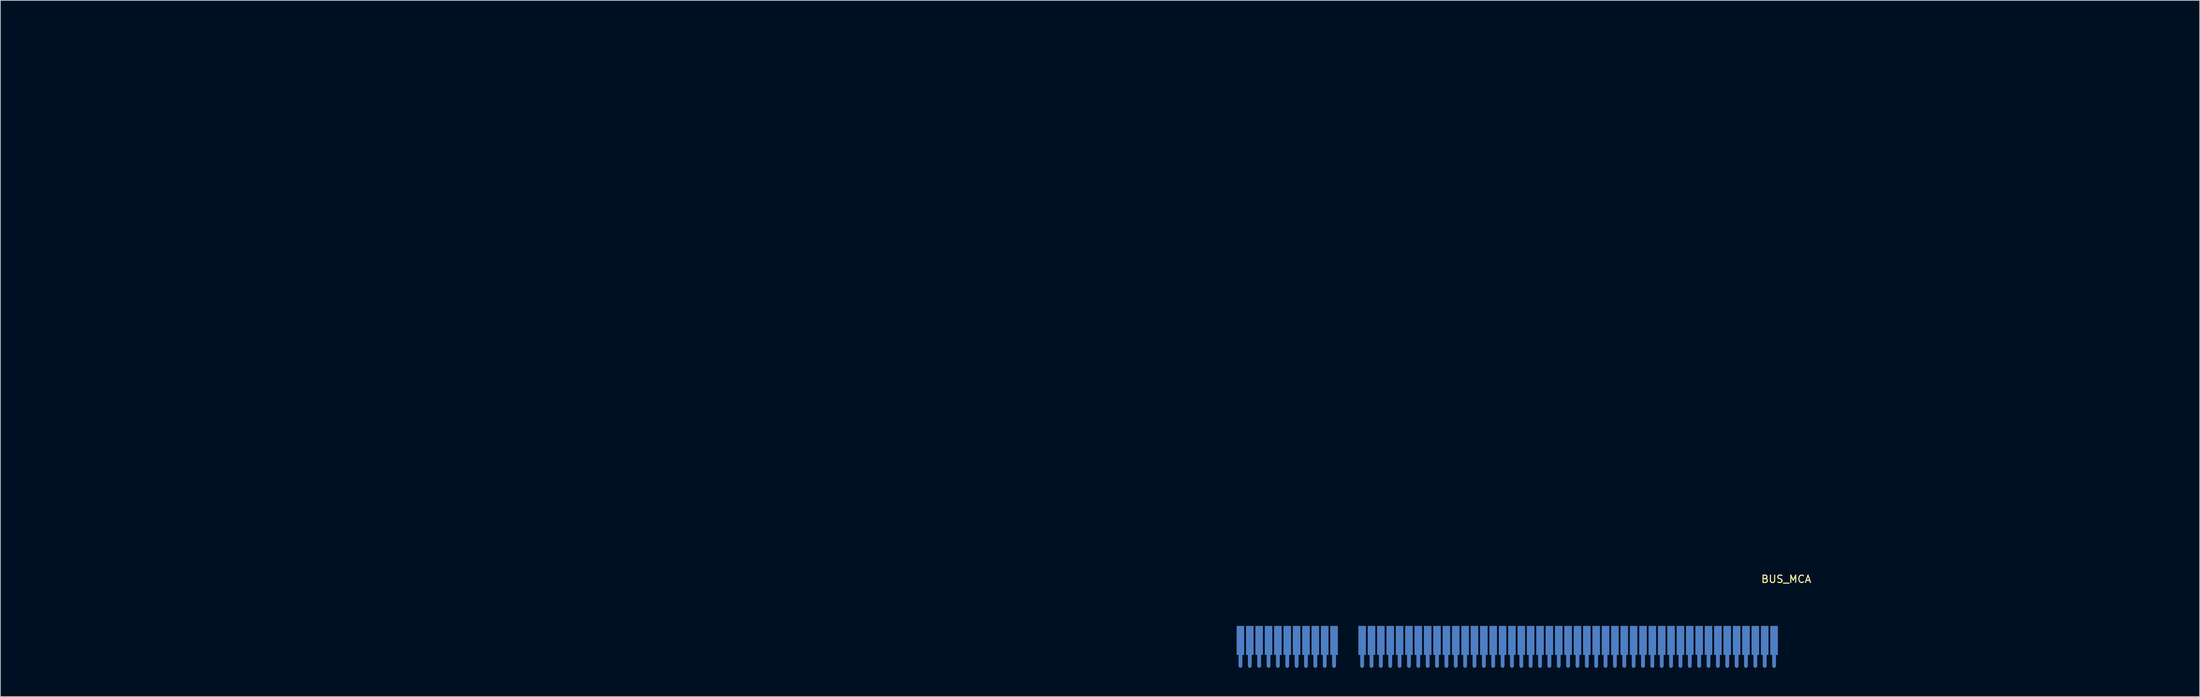
<source format=kicad_pcb>
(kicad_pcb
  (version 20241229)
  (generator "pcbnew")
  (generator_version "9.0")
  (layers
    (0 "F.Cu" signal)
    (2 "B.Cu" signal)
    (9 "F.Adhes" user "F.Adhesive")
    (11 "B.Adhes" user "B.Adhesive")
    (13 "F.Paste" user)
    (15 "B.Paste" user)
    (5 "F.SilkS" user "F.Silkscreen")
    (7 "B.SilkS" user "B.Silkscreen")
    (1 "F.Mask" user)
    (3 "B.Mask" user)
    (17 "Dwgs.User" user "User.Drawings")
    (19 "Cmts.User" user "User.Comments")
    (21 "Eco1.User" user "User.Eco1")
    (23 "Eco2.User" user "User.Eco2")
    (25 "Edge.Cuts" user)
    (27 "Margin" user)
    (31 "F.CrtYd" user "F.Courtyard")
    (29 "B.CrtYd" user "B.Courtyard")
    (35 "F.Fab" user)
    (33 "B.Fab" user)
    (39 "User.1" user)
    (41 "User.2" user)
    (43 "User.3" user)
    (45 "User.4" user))
  (footprint "BUS_MCA"
    (layer "F.Cu")
    (at 179.832 76.327)
    (property "Reference" "BUS_MCA" (at 59.436 -0.762 0) (layer "F.SilkS") (effects (font (size 1 1) (thickness 0.15))))
    (attr through_hole)
    (fp_line (start -179.705 -76.2) (end -179.705 3.81) (stroke (width 0.254) (type solid)) (layer "Eco1.User"))
    (fp_line (start -179.705 3.81) (end -16.739 3.81) (stroke (width 0.254) (type solid)) (layer "Eco1.User"))
    (fp_line (start -176.213 -71.12) (end -173.037 -71.12) (stroke (width 0.254) (type solid)) (layer "Eco1.User"))
    (fp_line (start -176.213 0) (end -173.037 0) (stroke (width 0.254) (type solid)) (layer "Eco1.User"))
    (fp_line (start -174.625 -69.532) (end -174.625 -72.707) (stroke (width 0.254) (type solid)) (layer "Eco1.User"))
    (fp_line (start -174.625 -66.294) (end -174.625 -6.096) (stroke (width 0.12) (type solid)) (layer "Eco1.User"))
    (fp_line (start -174.625 -6.096) (end -169.799 -6.096) (stroke (width 0.12) (type solid)) (layer "Eco1.User"))
    (fp_line (start -174.625 1.587) (end -174.625 -1.587) (stroke (width 0.254) (type solid)) (layer "Eco1.User"))
    (fp_line (start -169.799 -73.66) (end -169.799 -66.294) (stroke (width 0.12) (type solid)) (layer "Eco1.User"))
    (fp_line (start -169.799 -66.294) (end -174.625 -66.294) (stroke (width 0.12) (type solid)) (layer "Eco1.User"))
    (fp_line (start -169.799 -6.096) (end -169.799 3.81) (stroke (width 0.12) (type solid)) (layer "Eco1.User"))
    (fp_line (start -15.545 5.004) (end -15.545 11.684) (stroke (width 0.254) (type solid)) (layer "Eco1.User"))
    (fp_line (start -15.545 11.684) (end -15.164 12.065) (stroke (width 0.254) (type solid)) (layer "Eco1.User"))
    (fp_line (start -1.308 12.065) (end -15.164 12.065) (stroke (width 0.254) (type solid)) (layer "Eco1.User"))
    (fp_line (start -1.308 12.065) (end -0.927 11.684) (stroke (width 0.254) (type solid)) (layer "Eco1.User"))
    (fp_line (start -0.927 4.699) (end -0.927 11.684) (stroke (width 0.254) (type solid)) (layer "Eco1.User"))
    (fp_line (start 0.927 4.699) (end 0.927 11.684) (stroke (width 0.254) (type solid)) (layer "Eco1.User"))
    (fp_line (start 0.927 11.684) (end 1.308 12.065) (stroke (width 0.254) (type solid)) (layer "Eco1.User"))
    (fp_line (start 58.217 12.065) (end 1.308 12.065) (stroke (width 0.254) (type solid)) (layer "Eco1.User"))
    (fp_line (start 58.217 12.065) (end 58.598 11.684) (stroke (width 0.254) (type solid)) (layer "Eco1.User"))
    (fp_line (start 58.572 5.004) (end 58.598 11.684) (stroke (width 0.254) (type solid)) (layer "Eco1.User"))
    (fp_line (start 59.792 3.81) (end 85.446 3.81) (stroke (width 0.254) (type solid)) (layer "Eco1.User"))
    (fp_line (start 86.639 3.429) (end 107.315 3.429) (stroke (width 0.12) (type solid)) (layer "Eco1.User"))
    (fp_line (start 86.639 5.004) (end 86.639 3.429) (stroke (width 0.12) (type solid)) (layer "Eco1.User"))
    (fp_line (start 86.639 12.065) (end 86.639 5.004) (stroke (width 0.254) (type solid)) (layer "Eco1.User"))
    (fp_line (start 86.639 12.065) (end 112.395 12.065) (stroke (width 0.254) (type solid)) (layer "Eco1.User"))
    (fp_line (start 102.489 -73.66) (end -169.799 -73.66) (stroke (width 0.12) (type solid)) (layer "Eco1.User"))
    (fp_line (start 102.489 -66.294) (end 102.489 -73.66) (stroke (width 0.12) (type solid)) (layer "Eco1.User"))
    (fp_line (start 105.728 -71.12) (end 108.903 -71.12) (stroke (width 0.254) (type solid)) (layer "Eco1.User"))
    (fp_line (start 105.728 7.239) (end 108.903 7.239) (stroke (width 0.254) (type solid)) (layer "Eco1.User"))
    (fp_line (start 107.315 -69.532) (end 107.315 -72.707) (stroke (width 0.254) (type solid)) (layer "Eco1.User"))
    (fp_line (start 107.315 -66.294) (end 102.489 -66.294) (stroke (width 0.12) (type solid)) (layer "Eco1.User"))
    (fp_line (start 107.315 3.429) (end 107.315 -66.294) (stroke (width 0.12) (type solid)) (layer "Eco1.User"))
    (fp_line (start 107.315 8.826) (end 107.315 5.652) (stroke (width 0.254) (type solid)) (layer "Eco1.User"))
    (fp_line (start 112.395 -76.2) (end -179.705 -76.2) (stroke (width 0.254) (type solid)) (layer "Eco1.User"))
    (fp_line (start 112.395 12.065) (end 112.395 -76.2) (stroke (width 0.254) (type solid)) (layer "Eco1.User"))
    (fp_arc (start -16.7386 3.81) (mid -15.894456 4.159656) (end -15.5448 5.0038) (stroke (width 0.254) (type solid)) (layer "Eco1.User"))
    (fp_arc (start -0.9271 4.699) (mid 0 3.7719) (end 0.9271 4.699) (stroke (width 0.254) (type solid)) (layer "Eco1.User"))
    (fp_arc (start 58.5724 5.0038) (mid 58.922056 4.159656) (end 59.7662 3.81) (stroke (width 0.254) (type solid)) (layer "Eco1.User"))
    (fp_arc (start 85.4456 3.81) (mid 86.289744 4.159656) (end 86.6394 5.0038) (stroke (width 0.254) (type solid)) (layer "Eco1.User"))
    (fp_circle (center -174.625 -71.12) (end -173.037 -71.12) (stroke (width 0.254) (type solid)) (fill no) (layer "Eco1.User"))
    (fp_circle (center -174.625 0) (end -173.037 0) (stroke (width 0.254) (type solid)) (fill no) (layer "Eco1.User"))
    (fp_circle (center 107.315 -71.12) (end 108.903 -71.12) (stroke (width 0.254) (type solid)) (fill no) (layer "Eco1.User"))
    (fp_circle (center 107.315 7.239) (end 108.903 7.239) (stroke (width 0.254) (type solid)) (fill no) (layer "Eco1.User"))
    (pad "A1" smd custom (at 57.785 7.569) (size 1.016 3.937) (layers "F.Cu" "F.Mask" "F.Paste") (options (anchor rect)) (primitives (gr_line (start 0 0.025) (end 0 3.454) (width 0.508))))
    (pad "A2" smd custom (at 56.515 7.569) (size 1.016 3.937) (layers "F.Cu" "F.Mask" "F.Paste") (options (anchor rect)) (primitives (gr_line (start 0 0.025) (end 0 3.454) (width 0.508))))
    (pad "A3" smd custom (at 55.245 7.569) (size 1.016 3.937) (layers "F.Cu" "F.Mask" "F.Paste") (options (anchor rect)) (primitives (gr_line (start 0 0.025) (end 0 3.454) (width 0.508))))
    (pad "A4" smd custom (at 53.975 7.569) (size 1.016 3.937) (layers "F.Cu" "F.Mask" "F.Paste") (options (anchor rect)) (primitives (gr_line (start 0 0.025) (end 0 3.454) (width 0.508))))
    (pad "A5" smd custom (at 52.705 7.569) (size 1.016 3.937) (layers "F.Cu" "F.Mask" "F.Paste") (options (anchor rect)) (primitives (gr_line (start 0 0.025) (end 0 3.454) (width 0.508))))
    (pad "A6" smd custom (at 51.435 7.569) (size 1.016 3.937) (layers "F.Cu" "F.Mask" "F.Paste") (options (anchor rect)) (primitives (gr_line (start 0 0.025) (end 0 3.454) (width 0.508))))
    (pad "A7" smd custom (at 50.165 7.569) (size 1.016 3.937) (layers "F.Cu" "F.Mask" "F.Paste") (options (anchor rect)) (primitives (gr_line (start 0 0.025) (end 0 3.454) (width 0.508))))
    (pad "A8" smd custom (at 48.895 7.569) (size 1.016 3.937) (layers "F.Cu" "F.Mask" "F.Paste") (options (anchor rect)) (primitives (gr_line (start 0 0.025) (end 0 3.454) (width 0.508))))
    (pad "A9" smd custom (at 47.625 7.569) (size 1.016 3.937) (layers "F.Cu" "F.Mask" "F.Paste") (options (anchor rect)) (primitives (gr_line (start 0 0.025) (end 0 3.454) (width 0.508))))
    (pad "A10" smd custom (at 46.355 7.569) (size 1.016 3.937) (layers "F.Cu" "F.Mask" "F.Paste") (options (anchor rect)) (primitives (gr_line (start 0 0.025) (end 0 3.454) (width 0.508))))
    (pad "A11" smd custom (at 45.085 7.569) (size 1.016 3.937) (layers "F.Cu" "F.Mask" "F.Paste") (options (anchor rect)) (primitives (gr_line (start 0 0.025) (end 0 3.454) (width 0.508))))
    (pad "A12" smd custom (at 43.815 7.569) (size 1.016 3.937) (layers "F.Cu" "F.Mask" "F.Paste") (options (anchor rect)) (primitives (gr_line (start 0 0.025) (end 0 3.454) (width 0.508))))
    (pad "A13" smd custom (at 42.545 7.569) (size 1.016 3.937) (layers "F.Cu" "F.Mask" "F.Paste") (options (anchor rect)) (primitives (gr_line (start 0 0.025) (end 0 3.454) (width 0.508))))
    (pad "A14" smd custom (at 41.275 7.569) (size 1.016 3.937) (layers "F.Cu" "F.Mask" "F.Paste") (options (anchor rect)) (primitives (gr_line (start 0 0.025) (end 0 3.454) (width 0.508))))
    (pad "A15" smd custom (at 40.005 7.569) (size 1.016 3.937) (layers "F.Cu" "F.Mask" "F.Paste") (options (anchor rect)) (primitives (gr_line (start 0 0.025) (end 0 3.454) (width 0.508))))
    (pad "A16" smd custom (at 38.735 7.569) (size 1.016 3.937) (layers "F.Cu" "F.Mask" "F.Paste") (options (anchor rect)) (primitives (gr_line (start 0 0.025) (end 0 3.454) (width 0.508))))
    (pad "A17" smd custom (at 37.465 7.569) (size 1.016 3.937) (layers "F.Cu" "F.Mask" "F.Paste") (options (anchor rect)) (primitives (gr_line (start 0 0.025) (end 0 3.454) (width 0.508))))
    (pad "A18" smd custom (at 36.195 7.569) (size 1.016 3.937) (layers "F.Cu" "F.Mask" "F.Paste") (options (anchor rect)) (primitives (gr_line (start 0 0.025) (end 0 3.454) (width 0.508))))
    (pad "A19" smd custom (at 34.925 7.569) (size 1.016 3.937) (layers "F.Cu" "F.Mask" "F.Paste") (options (anchor rect)) (primitives (gr_line (start 0 0.025) (end 0 3.454) (width 0.508))))
    (pad "A20" smd custom (at 33.655 7.569) (size 1.016 3.937) (layers "F.Cu" "F.Mask" "F.Paste") (options (anchor rect)) (primitives (gr_line (start 0 0.025) (end 0 3.454) (width 0.508))))
    (pad "A21" smd custom (at 32.385 7.569) (size 1.016 3.937) (layers "F.Cu" "F.Mask" "F.Paste") (options (anchor rect)) (primitives (gr_line (start 0 0.025) (end 0 3.454) (width 0.508))))
    (pad "A22" smd custom (at 31.115 7.569) (size 1.016 3.937) (layers "F.Cu" "F.Mask" "F.Paste") (options (anchor rect)) (primitives (gr_line (start 0 0.025) (end 0 3.454) (width 0.508))))
    (pad "A23" smd custom (at 29.845 7.569) (size 1.016 3.937) (layers "F.Cu" "F.Mask" "F.Paste") (options (anchor rect)) (primitives (gr_line (start 0 0.025) (end 0 3.454) (width 0.508))))
    (pad "A24" smd custom (at 28.575 7.569) (size 1.016 3.937) (layers "F.Cu" "F.Mask" "F.Paste") (options (anchor rect)) (primitives (gr_line (start 0 0.025) (end 0 3.454) (width 0.508))))
    (pad "A25" smd custom (at 27.305 7.569) (size 1.016 3.937) (layers "F.Cu" "F.Mask" "F.Paste") (options (anchor rect)) (primitives (gr_line (start 0 0.025) (end 0 3.454) (width 0.508))))
    (pad "A26" smd custom (at 26.035 7.569) (size 1.016 3.937) (layers "F.Cu" "F.Mask" "F.Paste") (options (anchor rect)) (primitives (gr_line (start 0 0.025) (end 0 3.454) (width 0.508))))
    (pad "A27" smd custom (at 24.765 7.569) (size 1.016 3.937) (layers "F.Cu" "F.Mask" "F.Paste") (options (anchor rect)) (primitives (gr_line (start 0 0.025) (end 0 3.454) (width 0.508))))
    (pad "A28" smd custom (at 23.495 7.569) (size 1.016 3.937) (layers "F.Cu" "F.Mask" "F.Paste") (options (anchor rect)) (primitives (gr_line (start 0 0.025) (end 0 3.454) (width 0.508))))
    (pad "A29" smd custom (at 22.225 7.569) (size 1.016 3.937) (layers "F.Cu" "F.Mask" "F.Paste") (options (anchor rect)) (primitives (gr_line (start 0 0.025) (end 0 3.454) (width 0.508))))
    (pad "A30" smd custom (at 20.955 7.569) (size 1.016 3.937) (layers "F.Cu" "F.Mask" "F.Paste") (options (anchor rect)) (primitives (gr_line (start 0 0.025) (end 0 3.454) (width 0.508))))
    (pad "A31" smd custom (at 19.685 7.569) (size 1.016 3.937) (layers "F.Cu" "F.Mask" "F.Paste") (options (anchor rect)) (primitives (gr_line (start 0 0.025) (end 0 3.454) (width 0.508))))
    (pad "A32" smd custom (at 18.415 7.569) (size 1.016 3.937) (layers "F.Cu" "F.Mask" "F.Paste") (options (anchor rect)) (primitives (gr_line (start 0 0.025) (end 0 3.454) (width 0.508))))
    (pad "A33" smd custom (at 17.145 7.569) (size 1.016 3.937) (layers "F.Cu" "F.Mask" "F.Paste") (options (anchor rect)) (primitives (gr_line (start 0 0.025) (end 0 3.454) (width 0.508))))
    (pad "A34" smd custom (at 15.875 7.569) (size 1.016 3.937) (layers "F.Cu" "F.Mask" "F.Paste") (options (anchor rect)) (primitives (gr_line (start 0 0.025) (end 0 3.454) (width 0.508))))
    (pad "A35" smd custom (at 14.605 7.569) (size 1.016 3.937) (layers "F.Cu" "F.Mask" "F.Paste") (options (anchor rect)) (primitives (gr_line (start 0 0.025) (end 0 3.454) (width 0.508))))
    (pad "A36" smd custom (at 13.335 7.569) (size 1.016 3.937) (layers "F.Cu" "F.Mask" "F.Paste") (options (anchor rect)) (primitives (gr_line (start 0 0.025) (end 0 3.454) (width 0.508))))
    (pad "A37" smd custom (at 12.065 7.569) (size 1.016 3.937) (layers "F.Cu" "F.Mask" "F.Paste") (options (anchor rect)) (primitives (gr_line (start 0 0.025) (end 0 3.454) (width 0.508))))
    (pad "A38" smd custom (at 10.795 7.569) (size 1.016 3.937) (layers "F.Cu" "F.Mask" "F.Paste") (options (anchor rect)) (primitives (gr_line (start 0 0.025) (end 0 3.454) (width 0.508))))
    (pad "A39" smd custom (at 9.525 7.569) (size 1.016 3.937) (layers "F.Cu" "F.Mask" "F.Paste") (options (anchor rect)) (primitives (gr_line (start 0 0.025) (end 0 3.454) (width 0.508))))
    (pad "A40" smd custom (at 8.255 7.569) (size 1.016 3.937) (layers "F.Cu" "F.Mask" "F.Paste") (options (anchor rect)) (primitives (gr_line (start 0 0.025) (end 0 3.454) (width 0.508))))
    (pad "A41" smd custom (at 6.985 7.569) (size 1.016 3.937) (layers "F.Cu" "F.Mask" "F.Paste") (options (anchor rect)) (primitives (gr_line (start 0 0.025) (end 0 3.454) (width 0.508))))
    (pad "A42" smd custom (at 5.715 7.569) (size 1.016 3.937) (layers "F.Cu" "F.Mask" "F.Paste") (options (anchor rect)) (primitives (gr_line (start 0 0.025) (end 0 3.454) (width 0.508))))
    (pad "A43" smd custom (at 4.445 7.569) (size 1.016 3.937) (layers "F.Cu" "F.Mask" "F.Paste") (options (anchor rect)) (primitives (gr_line (start 0 0.025) (end 0 3.454) (width 0.508))))
    (pad "A44" smd custom (at 3.175 7.569) (size 1.016 3.937) (layers "F.Cu" "F.Mask" "F.Paste") (options (anchor rect)) (primitives (gr_line (start 0 0.025) (end 0 3.454) (width 0.508))))
    (pad "A45" smd custom (at 1.905 7.569) (size 1.016 3.937) (layers "F.Cu" "F.Mask" "F.Paste") (options (anchor rect)) (primitives (gr_line (start 0 0.025) (end 0 3.454) (width 0.508))))
    (pad "A48" smd custom (at -1.905 7.569) (size 1.016 3.937) (layers "F.Cu" "F.Mask" "F.Paste") (options (anchor rect)) (primitives (gr_line (start 0 0.025) (end 0 3.454) (width 0.508))))
    (pad "A49" smd custom (at -3.175 7.569) (size 1.016 3.937) (layers "F.Cu" "F.Mask" "F.Paste") (options (anchor rect)) (primitives (gr_line (start 0 0.025) (end 0 3.454) (width 0.508))))
    (pad "A50" smd custom (at -4.445 7.569) (size 1.016 3.937) (layers "F.Cu" "F.Mask" "F.Paste") (options (anchor rect)) (primitives (gr_line (start 0 0.025) (end 0 3.454) (width 0.508))))
    (pad "A51" smd custom (at -5.715 7.569) (size 1.016 3.937) (layers "F.Cu" "F.Mask" "F.Paste") (options (anchor rect)) (primitives (gr_line (start 0 0.025) (end 0 3.454) (width 0.508))))
    (pad "A52" smd custom (at -6.985 7.569) (size 1.016 3.937) (layers "F.Cu" "F.Mask" "F.Paste") (options (anchor rect)) (primitives (gr_line (start 0 0.025) (end 0 3.454) (width 0.508))))
    (pad "A53" smd custom (at -8.255 7.569) (size 1.016 3.937) (layers "F.Cu" "F.Mask" "F.Paste") (options (anchor rect)) (primitives (gr_line (start 0 0.025) (end 0 3.454) (width 0.508))))
    (pad "A54" smd custom (at -9.525 7.569) (size 1.016 3.937) (layers "F.Cu" "F.Mask" "F.Paste") (options (anchor rect)) (primitives (gr_line (start 0 0.025) (end 0 3.454) (width 0.508))))
    (pad "A55" smd custom (at -10.795 7.569) (size 1.016 3.937) (layers "F.Cu" "F.Mask" "F.Paste") (options (anchor rect)) (primitives (gr_line (start 0 0.025) (end 0 3.454) (width 0.508))))
    (pad "A56" smd custom (at -12.065 7.569) (size 1.016 3.937) (layers "F.Cu" "F.Mask" "F.Paste") (options (anchor rect)) (primitives (gr_line (start 0 0.025) (end 0 3.454) (width 0.508))))
    (pad "A57" smd custom (at -13.335 7.569) (size 1.016 3.937) (layers "F.Cu" "F.Mask" "F.Paste") (options (anchor rect)) (primitives (gr_line (start 0 0.025) (end 0 3.454) (width 0.508))))
    (pad "A58" smd custom (at -14.605 7.569) (size 1.016 3.937) (layers "F.Cu" "F.Mask" "F.Paste") (options (anchor rect)) (primitives (gr_line (start 0 0.025) (end 0 3.454) (width 0.508))))
    (pad "B1" smd custom (at 57.785 7.569) (size 1.016 3.937) (layers "B.Cu" "B.Mask" "B.Paste") (options (anchor rect)) (primitives (gr_line (start 0 0.025) (end 0 3.454) (width 0.508))))
    (pad "B2" smd custom (at 56.515 7.569) (size 1.016 3.937) (layers "B.Cu" "B.Mask" "B.Paste") (options (anchor rect)) (primitives (gr_line (start 0 0.025) (end 0 3.454) (width 0.508))))
    (pad "B3" smd custom (at 55.245 7.569) (size 1.016 3.937) (layers "B.Cu" "B.Mask" "B.Paste") (options (anchor rect)) (primitives (gr_line (start 0 0.025) (end 0 3.454) (width 0.508))))
    (pad "B4" smd custom (at 53.975 7.569) (size 1.016 3.937) (layers "B.Cu" "B.Mask" "B.Paste") (options (anchor rect)) (primitives (gr_line (start 0 0.025) (end 0 3.454) (width 0.508))))
    (pad "B5" smd custom (at 52.705 7.569) (size 1.016 3.937) (layers "B.Cu" "B.Mask" "B.Paste") (options (anchor rect)) (primitives (gr_line (start 0 0.025) (end 0 3.454) (width 0.508))))
    (pad "B6" smd custom (at 51.435 7.569) (size 1.016 3.937) (layers "B.Cu" "B.Mask" "B.Paste") (options (anchor rect)) (primitives (gr_line (start 0 0.025) (end 0 3.454) (width 0.508))))
    (pad "B7" smd custom (at 50.165 7.569) (size 1.016 3.937) (layers "B.Cu" "B.Mask" "B.Paste") (options (anchor rect)) (primitives (gr_line (start 0 0.025) (end 0 3.454) (width 0.508))))
    (pad "B8" smd custom (at 48.895 7.569) (size 1.016 3.937) (layers "B.Cu" "B.Mask" "B.Paste") (options (anchor rect)) (primitives (gr_line (start 0 0.025) (end 0 3.454) (width 0.508))))
    (pad "B9" smd custom (at 47.625 7.569) (size 1.016 3.937) (layers "B.Cu" "B.Mask" "B.Paste") (options (anchor rect)) (primitives (gr_line (start 0 0.025) (end 0 3.454) (width 0.508))))
    (pad "B10" smd custom (at 46.355 7.569) (size 1.016 3.937) (layers "B.Cu" "B.Mask" "B.Paste") (options (anchor rect)) (primitives (gr_line (start 0 0.025) (end 0 3.454) (width 0.508))))
    (pad "B11" smd custom (at 45.085 7.569) (size 1.016 3.937) (layers "B.Cu" "B.Mask" "B.Paste") (options (anchor rect)) (primitives (gr_line (start 0 0.025) (end 0 3.454) (width 0.508))))
    (pad "B12" smd custom (at 43.815 7.569) (size 1.016 3.937) (layers "B.Cu" "B.Mask" "B.Paste") (options (anchor rect)) (primitives (gr_line (start 0 0.025) (end 0 3.454) (width 0.508))))
    (pad "B13" smd custom (at 42.545 7.569) (size 1.016 3.937) (layers "B.Cu" "B.Mask" "B.Paste") (options (anchor rect)) (primitives (gr_line (start 0 0.025) (end 0 3.454) (width 0.508))))
    (pad "B14" smd custom (at 41.275 7.569) (size 1.016 3.937) (layers "B.Cu" "B.Mask" "B.Paste") (options (anchor rect)) (primitives (gr_line (start 0 0.025) (end 0 3.454) (width 0.508))))
    (pad "B15" smd custom (at 40.005 7.569) (size 1.016 3.937) (layers "B.Cu" "B.Mask" "B.Paste") (options (anchor rect)) (primitives (gr_line (start 0 0.025) (end 0 3.454) (width 0.508))))
    (pad "B16" smd custom (at 38.735 7.569) (size 1.016 3.937) (layers "B.Cu" "B.Mask" "B.Paste") (options (anchor rect)) (primitives (gr_line (start 0 0.025) (end 0 3.454) (width 0.508))))
    (pad "B17" smd custom (at 37.465 7.569) (size 1.016 3.937) (layers "B.Cu" "B.Mask" "B.Paste") (options (anchor rect)) (primitives (gr_line (start 0 0.025) (end 0 3.454) (width 0.508))))
    (pad "B18" smd custom (at 36.195 7.569) (size 1.016 3.937) (layers "B.Cu" "B.Mask" "B.Paste") (options (anchor rect)) (primitives (gr_line (start 0 0.025) (end 0 3.454) (width 0.508))))
    (pad "B19" smd custom (at 34.925 7.569) (size 1.016 3.937) (layers "B.Cu" "B.Mask" "B.Paste") (options (anchor rect)) (primitives (gr_line (start 0 0.025) (end 0 3.454) (width 0.508))))
    (pad "B20" smd custom (at 33.655 7.569) (size 1.016 3.937) (layers "B.Cu" "B.Mask" "B.Paste") (options (anchor rect)) (primitives (gr_line (start 0 0.025) (end 0 3.454) (width 0.508))))
    (pad "B21" smd custom (at 32.385 7.569) (size 1.016 3.937) (layers "B.Cu" "B.Mask" "B.Paste") (options (anchor rect)) (primitives (gr_line (start 0 0.025) (end 0 3.454) (width 0.508))))
    (pad "B22" smd custom (at 31.115 7.569) (size 1.016 3.937) (layers "B.Cu" "B.Mask" "B.Paste") (options (anchor rect)) (primitives (gr_line (start 0 0.025) (end 0 3.454) (width 0.508))))
    (pad "B23" smd custom (at 29.845 7.569) (size 1.016 3.937) (layers "B.Cu" "B.Mask" "B.Paste") (options (anchor rect)) (primitives (gr_line (start 0 0.025) (end 0 3.454) (width 0.508))))
    (pad "B24" smd custom (at 28.575 7.569) (size 1.016 3.937) (layers "B.Cu" "B.Mask" "B.Paste") (options (anchor rect)) (primitives (gr_line (start 0 0.025) (end 0 3.454) (width 0.508))))
    (pad "B25" smd custom (at 27.305 7.569) (size 1.016 3.937) (layers "B.Cu" "B.Mask" "B.Paste") (options (anchor rect)) (primitives (gr_line (start 0 0.025) (end 0 3.454) (width 0.508))))
    (pad "B26" smd custom (at 26.035 7.569) (size 1.016 3.937) (layers "B.Cu" "B.Mask" "B.Paste") (options (anchor rect)) (primitives (gr_line (start 0 0.025) (end 0 3.454) (width 0.508))))
    (pad "B27" smd custom (at 24.765 7.569) (size 1.016 3.937) (layers "B.Cu" "B.Mask" "B.Paste") (options (anchor rect)) (primitives (gr_line (start 0 0.025) (end 0 3.454) (width 0.508))))
    (pad "B28" smd custom (at 23.495 7.569) (size 1.016 3.937) (layers "B.Cu" "B.Mask" "B.Paste") (options (anchor rect)) (primitives (gr_line (start 0 0.025) (end 0 3.454) (width 0.508))))
    (pad "B29" smd custom (at 22.225 7.569) (size 1.016 3.937) (layers "B.Cu" "B.Mask" "B.Paste") (options (anchor rect)) (primitives (gr_line (start 0 0.025) (end 0 3.454) (width 0.508))))
    (pad "B30" smd custom (at 20.955 7.569) (size 1.016 3.937) (layers "B.Cu" "B.Mask" "B.Paste") (options (anchor rect)) (primitives (gr_line (start 0 0.025) (end 0 3.454) (width 0.508))))
    (pad "B31" smd custom (at 19.685 7.569) (size 1.016 3.937) (layers "B.Cu" "B.Mask" "B.Paste") (options (anchor rect)) (primitives (gr_line (start 0 0.025) (end 0 3.454) (width 0.508))))
    (pad "B32" smd custom (at 18.415 7.569) (size 1.016 3.937) (layers "B.Cu" "B.Mask" "B.Paste") (options (anchor rect)) (primitives (gr_line (start 0 0.025) (end 0 3.454) (width 0.508))))
    (pad "B33" smd custom (at 17.145 7.569) (size 1.016 3.937) (layers "B.Cu" "B.Mask" "B.Paste") (options (anchor rect)) (primitives (gr_line (start 0 0.025) (end 0 3.454) (width 0.508))))
    (pad "B34" smd custom (at 15.875 7.569) (size 1.016 3.937) (layers "B.Cu" "B.Mask" "B.Paste") (options (anchor rect)) (primitives (gr_line (start 0 0.025) (end 0 3.454) (width 0.508))))
    (pad "B35" smd custom (at 14.605 7.569) (size 1.016 3.937) (layers "B.Cu" "B.Mask" "B.Paste") (options (anchor rect)) (primitives (gr_line (start 0 0.025) (end 0 3.454) (width 0.508))))
    (pad "B36" smd custom (at 13.335 7.569) (size 1.016 3.937) (layers "B.Cu" "B.Mask" "B.Paste") (options (anchor rect)) (primitives (gr_line (start 0 0.025) (end 0 3.454) (width 0.508))))
    (pad "B37" smd custom (at 12.065 7.569) (size 1.016 3.937) (layers "B.Cu" "B.Mask" "B.Paste") (options (anchor rect)) (primitives (gr_line (start 0 0.025) (end 0 3.454) (width 0.508))))
    (pad "B38" smd custom (at 10.795 7.569) (size 1.016 3.937) (layers "B.Cu" "B.Mask" "B.Paste") (options (anchor rect)) (primitives (gr_line (start 0 0.025) (end 0 3.454) (width 0.508))))
    (pad "B39" smd custom (at 9.525 7.569) (size 1.016 3.937) (layers "B.Cu" "B.Mask" "B.Paste") (options (anchor rect)) (primitives (gr_line (start 0 0.025) (end 0 3.454) (width 0.508))))
    (pad "B40" smd custom (at 8.255 7.569) (size 1.016 3.937) (layers "B.Cu" "B.Mask" "B.Paste") (options (anchor rect)) (primitives (gr_line (start 0 0.025) (end 0 3.454) (width 0.508))))
    (pad "B41" smd custom (at 6.985 7.569) (size 1.016 3.937) (layers "B.Cu" "B.Mask" "B.Paste") (options (anchor rect)) (primitives (gr_line (start 0 0.025) (end 0 3.454) (width 0.508))))
    (pad "B42" smd custom (at 5.715 7.569) (size 1.016 3.937) (layers "B.Cu" "B.Mask" "B.Paste") (options (anchor rect)) (primitives (gr_line (start 0 0.025) (end 0 3.454) (width 0.508))))
    (pad "B43" smd custom (at 4.445 7.569) (size 1.016 3.937) (layers "B.Cu" "B.Mask" "B.Paste") (options (anchor rect)) (primitives (gr_line (start 0 0.025) (end 0 3.454) (width 0.508))))
    (pad "B44" smd custom (at 3.175 7.569) (size 1.016 3.937) (layers "B.Cu" "B.Mask" "B.Paste") (options (anchor rect)) (primitives (gr_line (start 0 0.025) (end 0 3.454) (width 0.508))))
    (pad "B45" smd custom (at 1.905 7.569) (size 1.016 3.937) (layers "B.Cu" "B.Mask" "B.Paste") (options (anchor rect)) (primitives (gr_line (start 0 0.025) (end 0 3.454) (width 0.508))))
    (pad "B48" smd custom (at -1.905 7.569) (size 1.016 3.937) (layers "B.Cu" "B.Mask" "B.Paste") (options (anchor rect)) (primitives (gr_line (start 0 0.025) (end 0 3.454) (width 0.508))))
    (pad "B49" smd custom (at -3.175 7.569) (size 1.016 3.937) (layers "B.Cu" "B.Mask" "B.Paste") (options (anchor rect)) (primitives (gr_line (start 0 0.025) (end 0 3.454) (width 0.508))))
    (pad "B50" smd custom (at -4.445 7.569) (size 1.016 3.937) (layers "B.Cu" "B.Mask" "B.Paste") (options (anchor rect)) (primitives (gr_line (start 0 0.025) (end 0 3.454) (width 0.508))))
    (pad "B51" smd custom (at -5.715 7.569) (size 1.016 3.937) (layers "B.Cu" "B.Mask" "B.Paste") (options (anchor rect)) (primitives (gr_line (start 0 0.025) (end 0 3.454) (width 0.508))))
    (pad "B52" smd custom (at -6.985 7.569) (size 1.016 3.937) (layers "B.Cu" "B.Mask" "B.Paste") (options (anchor rect)) (primitives (gr_line (start 0 0.025) (end 0 3.454) (width 0.508))))
    (pad "B53" smd custom (at -8.255 7.569) (size 1.016 3.937) (layers "B.Cu" "B.Mask" "B.Paste") (options (anchor rect)) (primitives (gr_line (start 0 0.025) (end 0 3.454) (width 0.508))))
    (pad "B54" smd custom (at -9.525 7.569) (size 1.016 3.937) (layers "B.Cu" "B.Mask" "B.Paste") (options (anchor rect)) (primitives (gr_line (start 0 0.025) (end 0 3.454) (width 0.508))))
    (pad "B55" smd custom (at -10.795 7.569) (size 1.016 3.937) (layers "B.Cu" "B.Mask" "B.Paste") (options (anchor rect)) (primitives (gr_line (start 0 0.025) (end 0 3.454) (width 0.508))))
    (pad "B56" smd custom (at -12.065 7.569) (size 1.016 3.937) (layers "B.Cu" "B.Mask" "B.Paste") (options (anchor rect)) (primitives (gr_line (start 0 0.025) (end 0 3.454) (width 0.508))))
    (pad "B57" smd custom (at -13.335 7.569) (size 1.016 3.937) (layers "B.Cu" "B.Mask" "B.Paste") (options (anchor rect)) (primitives (gr_line (start 0 0.025) (end 0 3.454) (width 0.508))))
    (pad "B58" smd custom (at -14.605 7.569) (size 1.016 3.937) (layers "B.Cu" "B.Mask" "B.Paste") (options (anchor rect)) (primitives (gr_line (start 0 0.025) (end 0 3.454) (width 0.508)))))
  (gr_rect
    (start -3 -3)
    (end 295.354 91.519)
    (stroke (width 0.1) (type default))
    (fill no)
    (layer "Edge.Cuts")))
</source>
